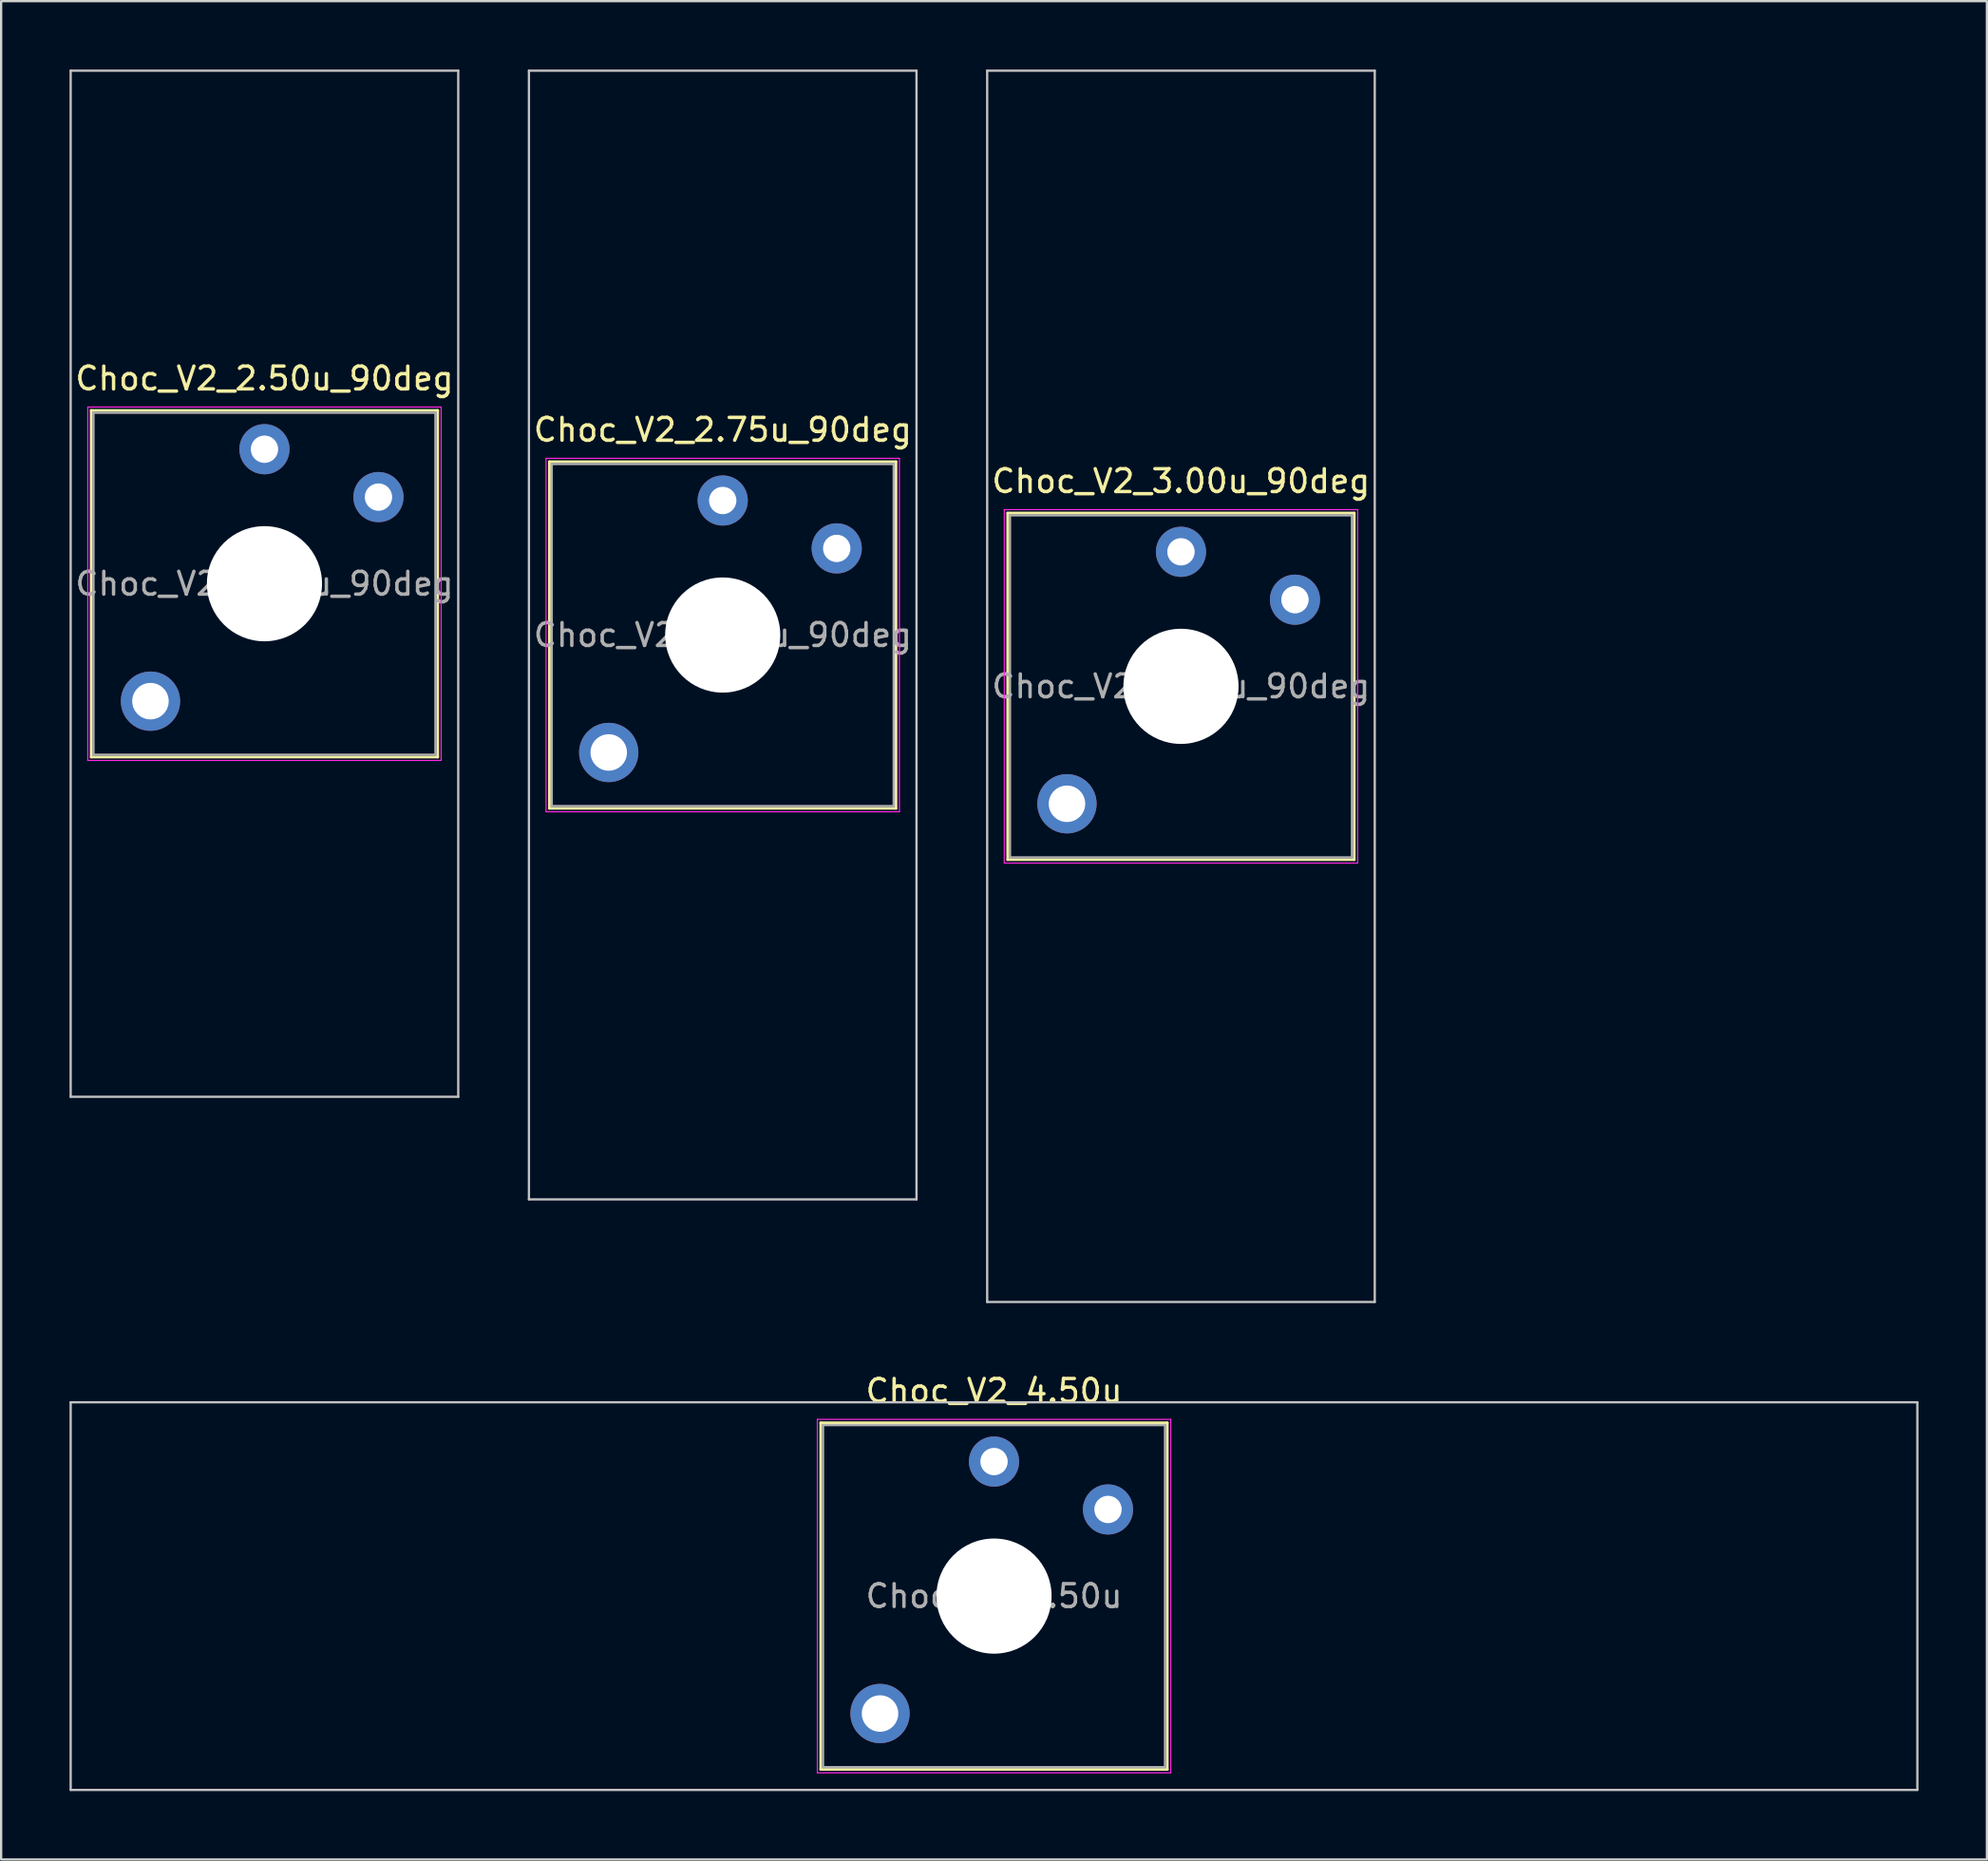
<source format=kicad_pcb>
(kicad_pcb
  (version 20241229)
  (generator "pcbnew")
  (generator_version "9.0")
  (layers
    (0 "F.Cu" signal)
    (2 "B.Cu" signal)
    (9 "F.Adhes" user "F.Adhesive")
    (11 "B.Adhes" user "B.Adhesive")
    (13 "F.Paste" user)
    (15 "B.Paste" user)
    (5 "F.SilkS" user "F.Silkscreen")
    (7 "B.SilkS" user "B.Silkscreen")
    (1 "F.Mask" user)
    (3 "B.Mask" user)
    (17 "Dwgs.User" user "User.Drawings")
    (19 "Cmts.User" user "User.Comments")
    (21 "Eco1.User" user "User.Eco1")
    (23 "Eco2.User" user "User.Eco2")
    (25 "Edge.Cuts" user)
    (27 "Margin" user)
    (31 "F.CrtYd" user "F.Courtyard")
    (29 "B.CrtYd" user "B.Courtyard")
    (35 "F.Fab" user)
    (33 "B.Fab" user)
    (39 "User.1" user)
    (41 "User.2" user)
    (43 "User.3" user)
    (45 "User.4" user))
  (footprint "Choc_V2_4.50u"
    (layer "F.Cu")
    (at 40.55 66.948)
    (property "Reference" "Choc_V2_4.50u" (at 0 -9 0) (layer "F.SilkS") (effects (font (size 1 1) (thickness 0.15))))
    (attr through_hole)
    (fp_line (start -7.6 -7.6) (end -7.6 7.6) (stroke (width 0.12) (type solid)) (layer "F.SilkS"))
    (fp_line (start -7.6 7.6) (end 7.6 7.6) (stroke (width 0.12) (type solid)) (layer "F.SilkS"))
    (fp_line (start 7.6 -7.6) (end -7.6 -7.6) (stroke (width 0.12) (type solid)) (layer "F.SilkS"))
    (fp_line (start 7.6 7.6) (end 7.6 -7.6) (stroke (width 0.12) (type solid)) (layer "F.SilkS"))
    (fp_line (start -40.5 -8.5) (end -40.5 8.5) (stroke (width 0.1) (type solid)) (layer "Dwgs.User"))
    (fp_line (start -40.5 8.5) (end 40.5 8.5) (stroke (width 0.1) (type solid)) (layer "Dwgs.User"))
    (fp_line (start 40.5 -8.5) (end -40.5 -8.5) (stroke (width 0.1) (type solid)) (layer "Dwgs.User"))
    (fp_line (start 40.5 8.5) (end 40.5 -8.5) (stroke (width 0.1) (type solid)) (layer "Dwgs.User"))
    (fp_line (start -7.25 -7.25) (end -7.25 7.25) (stroke (width 0.1) (type solid)) (layer "Eco1.User"))
    (fp_line (start -7.25 7.25) (end 7.25 7.25) (stroke (width 0.1) (type solid)) (layer "Eco1.User"))
    (fp_line (start 7.25 -7.25) (end -7.25 -7.25) (stroke (width 0.1) (type solid)) (layer "Eco1.User"))
    (fp_line (start 7.25 7.25) (end 7.25 -7.25) (stroke (width 0.1) (type solid)) (layer "Eco1.User"))
    (fp_line (start -7.75 -7.75) (end -7.75 7.75) (stroke (width 0.05) (type solid)) (layer "F.CrtYd"))
    (fp_line (start -7.75 7.75) (end 7.75 7.75) (stroke (width 0.05) (type solid)) (layer "F.CrtYd"))
    (fp_line (start 7.75 -7.75) (end -7.75 -7.75) (stroke (width 0.05) (type solid)) (layer "F.CrtYd"))
    (fp_line (start 7.75 7.75) (end 7.75 -7.75) (stroke (width 0.05) (type solid)) (layer "F.CrtYd"))
    (fp_line (start -7.5 -7.5) (end -7.5 7.5) (stroke (width 0.1) (type solid)) (layer "F.Fab"))
    (fp_line (start -7.5 7.5) (end 7.5 7.5) (stroke (width 0.1) (type solid)) (layer "F.Fab"))
    (fp_line (start 7.5 -7.5) (end -7.5 -7.5) (stroke (width 0.1) (type solid)) (layer "F.Fab"))
    (fp_line (start 7.5 7.5) (end 7.5 -7.5) (stroke (width 0.1) (type solid)) (layer "F.Fab"))
    (fp_text user "${REFERENCE}" (at 0 0 0) (layer "F.Fab") (effects (font (size 1 1) (thickness 0.15))))
    (pad "" thru_hole circle (at -5 5.15) (size 2.6 2.6) (drill 1.6) (layers "*.Cu" "*.Mask"))
    (pad "" np_thru_hole circle (at 0 0) (size 5.05 5.05) (drill 5.05) (layers "*.Cu" "*.Mask"))
    (pad "1" thru_hole circle (at 0 -5.9) (size 2.2 2.2) (drill 1.2) (layers "*.Cu" "*.Mask"))
    (pad "2" thru_hole circle (at 5 -3.8) (size 2.2 2.2) (drill 1.2) (layers "*.Cu" "*.Mask")))
  (footprint "Choc_V2_2.75u_90deg"
    (layer "F.Cu")
    (at 28.65 24.8)
    (property "Reference" "Choc_V2_2.75u_90deg" (at 0 -9 0) (layer "F.SilkS") (effects (font (size 1 1) (thickness 0.15))))
    (attr through_hole)
    (fp_line (start -7.6 -7.6) (end -7.6 7.6) (stroke (width 0.12) (type solid)) (layer "F.SilkS"))
    (fp_line (start -7.6 7.6) (end 7.6 7.6) (stroke (width 0.12) (type solid)) (layer "F.SilkS"))
    (fp_line (start 7.6 -7.6) (end -7.6 -7.6) (stroke (width 0.12) (type solid)) (layer "F.SilkS"))
    (fp_line (start 7.6 7.6) (end 7.6 -7.6) (stroke (width 0.12) (type solid)) (layer "F.SilkS"))
    (fp_line (start -8.5 -24.75) (end 8.5 -24.75) (stroke (width 0.1) (type solid)) (layer "Dwgs.User"))
    (fp_line (start -8.5 24.75) (end -8.5 -24.75) (stroke (width 0.1) (type solid)) (layer "Dwgs.User"))
    (fp_line (start 8.5 -24.75) (end 8.5 24.75) (stroke (width 0.1) (type solid)) (layer "Dwgs.User"))
    (fp_line (start 8.5 24.75) (end -8.5 24.75) (stroke (width 0.1) (type solid)) (layer "Dwgs.User"))
    (fp_line (start -7.25 -7.25) (end -7.25 7.25) (stroke (width 0.1) (type solid)) (layer "Eco1.User"))
    (fp_line (start -7.25 7.25) (end 7.25 7.25) (stroke (width 0.1) (type solid)) (layer "Eco1.User"))
    (fp_line (start 7.25 -7.25) (end -7.25 -7.25) (stroke (width 0.1) (type solid)) (layer "Eco1.User"))
    (fp_line (start 7.25 7.25) (end 7.25 -7.25) (stroke (width 0.1) (type solid)) (layer "Eco1.User"))
    (fp_line (start -7.75 -7.75) (end -7.75 7.75) (stroke (width 0.05) (type solid)) (layer "F.CrtYd"))
    (fp_line (start -7.75 7.75) (end 7.75 7.75) (stroke (width 0.05) (type solid)) (layer "F.CrtYd"))
    (fp_line (start 7.75 -7.75) (end -7.75 -7.75) (stroke (width 0.05) (type solid)) (layer "F.CrtYd"))
    (fp_line (start 7.75 7.75) (end 7.75 -7.75) (stroke (width 0.05) (type solid)) (layer "F.CrtYd"))
    (fp_line (start -7.5 -7.5) (end -7.5 7.5) (stroke (width 0.1) (type solid)) (layer "F.Fab"))
    (fp_line (start -7.5 7.5) (end 7.5 7.5) (stroke (width 0.1) (type solid)) (layer "F.Fab"))
    (fp_line (start 7.5 -7.5) (end -7.5 -7.5) (stroke (width 0.1) (type solid)) (layer "F.Fab"))
    (fp_line (start 7.5 7.5) (end 7.5 -7.5) (stroke (width 0.1) (type solid)) (layer "F.Fab"))
    (fp_text user "${REFERENCE}" (at 0 0 0) (layer "F.Fab") (effects (font (size 1 1) (thickness 0.15))))
    (pad "" thru_hole circle (at -5 5.15) (size 2.6 2.6) (drill 1.6) (layers "*.Cu" "*.Mask"))
    (pad "" np_thru_hole circle (at 0 0) (size 5.05 5.05) (drill 5.05) (layers "*.Cu" "*.Mask"))
    (pad "1" thru_hole circle (at 0 -5.9) (size 2.2 2.2) (drill 1.2) (layers "*.Cu" "*.Mask"))
    (pad "2" thru_hole circle (at 5 -3.8) (size 2.2 2.2) (drill 1.2) (layers "*.Cu" "*.Mask")))
  (footprint "Choc_V2_2.50u_90deg"
    (layer "F.Cu")
    (at 8.55 22.55)
    (property "Reference" "Choc_V2_2.50u_90deg" (at 0 -9 0) (layer "F.SilkS") (effects (font (size 1 1) (thickness 0.15))))
    (attr through_hole)
    (fp_line (start -7.6 -7.6) (end -7.6 7.6) (stroke (width 0.12) (type solid)) (layer "F.SilkS"))
    (fp_line (start -7.6 7.6) (end 7.6 7.6) (stroke (width 0.12) (type solid)) (layer "F.SilkS"))
    (fp_line (start 7.6 -7.6) (end -7.6 -7.6) (stroke (width 0.12) (type solid)) (layer "F.SilkS"))
    (fp_line (start 7.6 7.6) (end 7.6 -7.6) (stroke (width 0.12) (type solid)) (layer "F.SilkS"))
    (fp_line (start -8.5 -22.5) (end 8.5 -22.5) (stroke (width 0.1) (type solid)) (layer "Dwgs.User"))
    (fp_line (start -8.5 22.5) (end -8.5 -22.5) (stroke (width 0.1) (type solid)) (layer "Dwgs.User"))
    (fp_line (start 8.5 -22.5) (end 8.5 22.5) (stroke (width 0.1) (type solid)) (layer "Dwgs.User"))
    (fp_line (start 8.5 22.5) (end -8.5 22.5) (stroke (width 0.1) (type solid)) (layer "Dwgs.User"))
    (fp_line (start -7.25 -7.25) (end -7.25 7.25) (stroke (width 0.1) (type solid)) (layer "Eco1.User"))
    (fp_line (start -7.25 7.25) (end 7.25 7.25) (stroke (width 0.1) (type solid)) (layer "Eco1.User"))
    (fp_line (start 7.25 -7.25) (end -7.25 -7.25) (stroke (width 0.1) (type solid)) (layer "Eco1.User"))
    (fp_line (start 7.25 7.25) (end 7.25 -7.25) (stroke (width 0.1) (type solid)) (layer "Eco1.User"))
    (fp_line (start -7.75 -7.75) (end -7.75 7.75) (stroke (width 0.05) (type solid)) (layer "F.CrtYd"))
    (fp_line (start -7.75 7.75) (end 7.75 7.75) (stroke (width 0.05) (type solid)) (layer "F.CrtYd"))
    (fp_line (start 7.75 -7.75) (end -7.75 -7.75) (stroke (width 0.05) (type solid)) (layer "F.CrtYd"))
    (fp_line (start 7.75 7.75) (end 7.75 -7.75) (stroke (width 0.05) (type solid)) (layer "F.CrtYd"))
    (fp_line (start -7.5 -7.5) (end -7.5 7.5) (stroke (width 0.1) (type solid)) (layer "F.Fab"))
    (fp_line (start -7.5 7.5) (end 7.5 7.5) (stroke (width 0.1) (type solid)) (layer "F.Fab"))
    (fp_line (start 7.5 -7.5) (end -7.5 -7.5) (stroke (width 0.1) (type solid)) (layer "F.Fab"))
    (fp_line (start 7.5 7.5) (end 7.5 -7.5) (stroke (width 0.1) (type solid)) (layer "F.Fab"))
    (fp_text user "${REFERENCE}" (at 0 0 0) (layer "F.Fab") (effects (font (size 1 1) (thickness 0.15))))
    (pad "" thru_hole circle (at -5 5.15) (size 2.6 2.6) (drill 1.6) (layers "*.Cu" "*.Mask"))
    (pad "" np_thru_hole circle (at 0 0) (size 5.05 5.05) (drill 5.05) (layers "*.Cu" "*.Mask"))
    (pad "1" thru_hole circle (at 0 -5.9) (size 2.2 2.2) (drill 1.2) (layers "*.Cu" "*.Mask"))
    (pad "2" thru_hole circle (at 5 -3.8) (size 2.2 2.2) (drill 1.2) (layers "*.Cu" "*.Mask")))
  (footprint "Choc_V2_3.00u_90deg"
    (layer "F.Cu")
    (at 48.75 27.05)
    (property "Reference" "Choc_V2_3.00u_90deg" (at 0 -9 0) (layer "F.SilkS") (effects (font (size 1 1) (thickness 0.15))))
    (attr through_hole)
    (fp_line (start -7.6 -7.6) (end -7.6 7.6) (stroke (width 0.12) (type solid)) (layer "F.SilkS"))
    (fp_line (start -7.6 7.6) (end 7.6 7.6) (stroke (width 0.12) (type solid)) (layer "F.SilkS"))
    (fp_line (start 7.6 -7.6) (end -7.6 -7.6) (stroke (width 0.12) (type solid)) (layer "F.SilkS"))
    (fp_line (start 7.6 7.6) (end 7.6 -7.6) (stroke (width 0.12) (type solid)) (layer "F.SilkS"))
    (fp_line (start -8.5 -27) (end 8.5 -27) (stroke (width 0.1) (type solid)) (layer "Dwgs.User"))
    (fp_line (start -8.5 27) (end -8.5 -27) (stroke (width 0.1) (type solid)) (layer "Dwgs.User"))
    (fp_line (start 8.5 -27) (end 8.5 27) (stroke (width 0.1) (type solid)) (layer "Dwgs.User"))
    (fp_line (start 8.5 27) (end -8.5 27) (stroke (width 0.1) (type solid)) (layer "Dwgs.User"))
    (fp_line (start -7.25 -7.25) (end -7.25 7.25) (stroke (width 0.1) (type solid)) (layer "Eco1.User"))
    (fp_line (start -7.25 7.25) (end 7.25 7.25) (stroke (width 0.1) (type solid)) (layer "Eco1.User"))
    (fp_line (start 7.25 -7.25) (end -7.25 -7.25) (stroke (width 0.1) (type solid)) (layer "Eco1.User"))
    (fp_line (start 7.25 7.25) (end 7.25 -7.25) (stroke (width 0.1) (type solid)) (layer "Eco1.User"))
    (fp_line (start -7.75 -7.75) (end -7.75 7.75) (stroke (width 0.05) (type solid)) (layer "F.CrtYd"))
    (fp_line (start -7.75 7.75) (end 7.75 7.75) (stroke (width 0.05) (type solid)) (layer "F.CrtYd"))
    (fp_line (start 7.75 -7.75) (end -7.75 -7.75) (stroke (width 0.05) (type solid)) (layer "F.CrtYd"))
    (fp_line (start 7.75 7.75) (end 7.75 -7.75) (stroke (width 0.05) (type solid)) (layer "F.CrtYd"))
    (fp_line (start -7.5 -7.5) (end -7.5 7.5) (stroke (width 0.1) (type solid)) (layer "F.Fab"))
    (fp_line (start -7.5 7.5) (end 7.5 7.5) (stroke (width 0.1) (type solid)) (layer "F.Fab"))
    (fp_line (start 7.5 -7.5) (end -7.5 -7.5) (stroke (width 0.1) (type solid)) (layer "F.Fab"))
    (fp_line (start 7.5 7.5) (end 7.5 -7.5) (stroke (width 0.1) (type solid)) (layer "F.Fab"))
    (fp_text user "${REFERENCE}" (at 0 0 0) (layer "F.Fab") (effects (font (size 1 1) (thickness 0.15))))
    (pad "" thru_hole circle (at -5 5.15) (size 2.6 2.6) (drill 1.6) (layers "*.Cu" "*.Mask"))
    (pad "" np_thru_hole circle (at 0 0) (size 5.05 5.05) (drill 5.05) (layers "*.Cu" "*.Mask"))
    (pad "1" thru_hole circle (at 0 -5.9) (size 2.2 2.2) (drill 1.2) (layers "*.Cu" "*.Mask"))
    (pad "2" thru_hole circle (at 5 -3.8) (size 2.2 2.2) (drill 1.2) (layers "*.Cu" "*.Mask")))
  (gr_rect
    (start -3 -3)
    (end 84.1 78.498)
    (stroke (width 0.1) (type default))
    (fill no)
    (layer "Edge.Cuts")))
</source>
